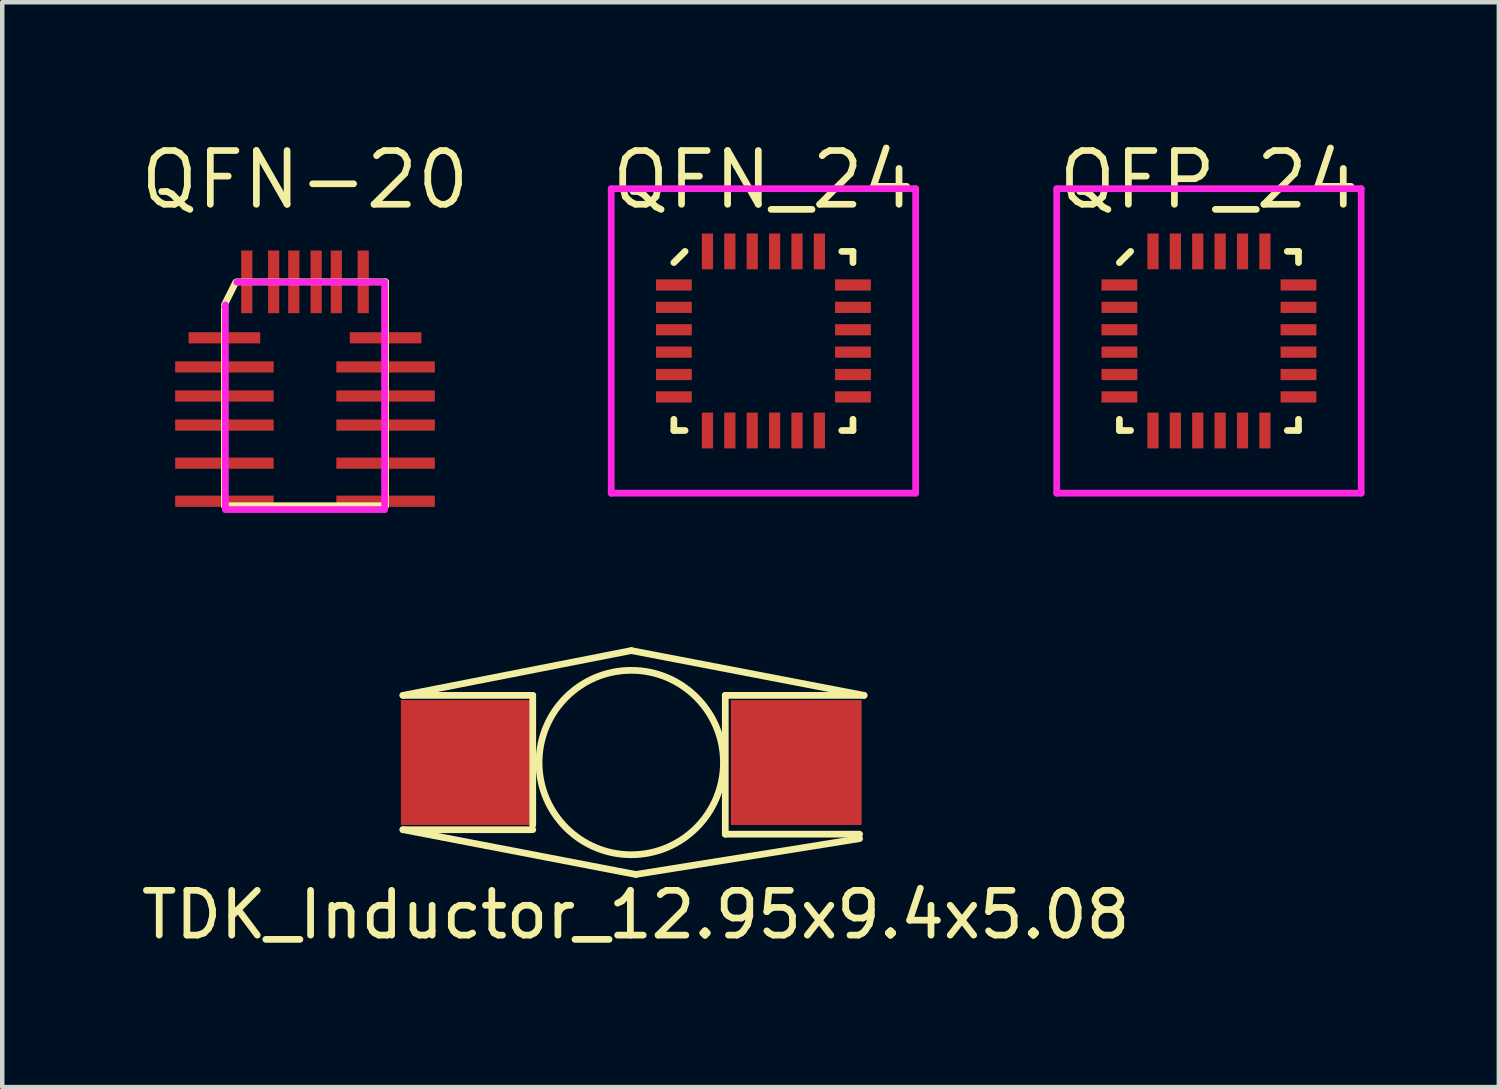
<source format=kicad_pcb>
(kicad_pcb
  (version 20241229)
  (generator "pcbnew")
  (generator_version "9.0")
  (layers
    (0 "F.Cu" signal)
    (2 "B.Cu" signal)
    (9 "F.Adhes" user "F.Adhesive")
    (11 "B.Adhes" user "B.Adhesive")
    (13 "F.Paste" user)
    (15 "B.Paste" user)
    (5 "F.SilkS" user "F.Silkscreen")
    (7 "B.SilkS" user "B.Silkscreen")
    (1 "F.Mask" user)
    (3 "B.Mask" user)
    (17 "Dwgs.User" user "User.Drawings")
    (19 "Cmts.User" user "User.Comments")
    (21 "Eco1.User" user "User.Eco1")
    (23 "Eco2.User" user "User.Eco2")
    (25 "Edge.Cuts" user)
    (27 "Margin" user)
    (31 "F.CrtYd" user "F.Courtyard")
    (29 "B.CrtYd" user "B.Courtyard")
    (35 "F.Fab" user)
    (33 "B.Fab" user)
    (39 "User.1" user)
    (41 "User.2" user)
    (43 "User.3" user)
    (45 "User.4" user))
  (footprint "QFN-20"
    (layer "F.Cu")
    (at 3.762 6.045)
    (property "Reference" "QFN-20" (at 0 -5.08 0) (layer "F.SilkS") (effects (font (size 1.2 1.2) (thickness 0.15))))
    (attr through_hole)
    (fp_line (start -1.8 -2.286) (end -1.546 -2.794) (stroke (width 0.15) (type solid)) (layer "F.SilkS"))
    (fp_line (start -1.8 -2.206) (end -1.8 2.2) (stroke (width 0.15) (type solid)) (layer "F.SilkS"))
    (fp_line (start -1.524 -2.8) (end 1.8 -2.8) (stroke (width 0.15) (type solid)) (layer "F.SilkS"))
    (fp_line (start 1.8 -2.8) (end 1.8 2.2) (stroke (width 0.15) (type solid)) (layer "F.SilkS"))
    (fp_line (start 1.8 2.2) (end -1.8 2.2) (stroke (width 0.15) (type solid)) (layer "F.SilkS"))
    (fp_line (start -1.778 2.286) (end -1.778 -2.286) (stroke (width 0.15) (type solid)) (layer "F.CrtYd"))
    (fp_line (start -1.524 -2.794) (end 1.778 -2.794) (stroke (width 0.15) (type solid)) (layer "F.CrtYd"))
    (fp_line (start 1.778 -2.794) (end 1.778 2.286) (stroke (width 0.15) (type solid)) (layer "F.CrtYd"))
    (fp_line (start 1.778 2.286) (end -1.778 2.286) (stroke (width 0.15) (type solid)) (layer "F.CrtYd"))
    (pad "1" smd rect (at -1.8 -1.55) (size 1.6 0.25) (layers "F.Cu" "F.Mask" "F.Paste"))
    (pad "2" smd rect (at -1.8 -0.9) (size 2.2 0.25) (layers "F.Cu" "F.Mask" "F.Paste"))
    (pad "3" smd rect (at -1.8 -0.25) (size 2.2 0.25) (layers "F.Cu" "F.Mask" "F.Paste"))
    (pad "4" smd rect (at -1.8 0.4) (size 2.2 0.25) (layers "F.Cu" "F.Mask" "F.Paste"))
    (pad "5" smd rect (at -1.8 1.25) (size 2.2 0.25) (layers "F.Cu" "F.Mask" "F.Paste"))
    (pad "6" smd rect (at -1.8 2.1) (size 2.2 0.25) (layers "F.Cu" "F.Mask" "F.Paste"))
    (pad "7" smd rect (at 1.8 2.1) (size 2.2 0.25) (layers "F.Cu" "F.Mask" "F.Paste"))
    (pad "8" smd rect (at 1.8 1.25) (size 2.2 0.25) (layers "F.Cu" "F.Mask" "F.Paste"))
    (pad "9" smd rect (at 1.8 0.4) (size 2.2 0.25) (layers "F.Cu" "F.Mask" "F.Paste"))
    (pad "10" smd rect (at 1.8 -0.25) (size 2.2 0.25) (layers "F.Cu" "F.Mask" "F.Paste"))
    (pad "11" smd rect (at 1.8 -0.9) (size 2.2 0.25) (layers "F.Cu" "F.Mask" "F.Paste"))
    (pad "12" smd rect (at 1.8 -1.55) (size 1.6 0.25) (layers "F.Cu" "F.Mask" "F.Paste"))
    (pad "13" smd rect (at 1.3 -2.8) (size 0.25 1.4) (layers "F.Cu" "F.Mask" "F.Paste"))
    (pad "14" smd rect (at 0.7 -2.8) (size 0.25 1.4) (layers "F.Cu" "F.Mask" "F.Paste"))
    (pad "15" smd rect (at 0.25 -2.8) (size 0.25 1.4) (layers "F.Cu" "F.Mask" "F.Paste"))
    (pad "16" smd rect (at -0.25 -2.8) (size 0.25 1.4) (layers "F.Cu" "F.Mask" "F.Paste"))
    (pad "17" smd rect (at -0.7 -2.8) (size 0.25 1.4) (layers "F.Cu" "F.Mask" "F.Paste"))
    (pad "18" smd rect (at -1.3 -2.8) (size 0.25 1.4) (layers "F.Cu" "F.Mask" "F.Paste")))
  (footprint "TDK_Inductor_12.95x9.4x5.08"
    (layer "F.Cu")
    (at 11.049 13.981)
    (property "Reference" "TDK_Inductor_12.95x9.4x5.08" (at 0.1 3.4 0) (layer "F.SilkS") (effects (font (size 1 1) (thickness 0.15))))
    (attr through_hole)
    (fp_line (start -5.1 -1.5) (end -2.2 -1.5) (stroke (width 0.15) (type solid)) (layer "F.SilkS"))
    (fp_line (start -5.1 1.5) (end 0.1 2.5) (stroke (width 0.15) (type solid)) (layer "F.SilkS"))
    (fp_line (start -2.2 -1.5) (end -2.2 1.4) (stroke (width 0.15) (type solid)) (layer "F.SilkS"))
    (fp_line (start -2.2 1.5) (end -5.1 1.5) (stroke (width 0.15) (type solid)) (layer "F.SilkS"))
    (fp_line (start 0 -2.5) (end -5.1 -1.5) (stroke (width 0.15) (type solid)) (layer "F.SilkS"))
    (fp_line (start 0.1 2.5) (end 5.1 1.7) (stroke (width 0.15) (type solid)) (layer "F.SilkS"))
    (fp_line (start 2.1 -1.5) (end 5.2 -1.5) (stroke (width 0.15) (type solid)) (layer "F.SilkS"))
    (fp_line (start 2.1 1.6) (end 2.1 -1.5) (stroke (width 0.15) (type solid)) (layer "F.SilkS"))
    (fp_line (start 5.1 1.6) (end 2.1 1.6) (stroke (width 0.15) (type solid)) (layer "F.SilkS"))
    (fp_line (start 5.2 -1.5) (end 0 -2.5) (stroke (width 0.15) (type solid)) (layer "F.SilkS"))
    (fp_circle (center 0 0) (end 1.8 1) (stroke (width 0.15) (type solid)) (fill no) (layer "F.SilkS"))
    (pad "1" smd rect (at -3.685 0) (size 2.92 2.79) (layers "F.Cu" "F.Mask" "F.Paste"))
    (pad "2" smd rect (at 3.685 0) (size 2.92 2.79) (layers "F.Cu" "F.Mask" "F.Paste")))
  (footprint "QFN_24"
    (layer "F.Cu")
    (at 14.001 4.565)
    (property "Reference" "QFN_24" (at 0 -3.6 0) (layer "F.SilkS") (effects (font (size 1.2 1.2) (thickness 0.15))))
    (attr through_hole)
    (fp_line (start -2 -1.75) (end -1.75 -2) (stroke (width 0.15) (type solid)) (layer "F.SilkS"))
    (fp_line (start -2 2) (end -2 1.75) (stroke (width 0.15) (type solid)) (layer "F.SilkS"))
    (fp_line (start -1.75 2) (end -2 2) (stroke (width 0.15) (type solid)) (layer "F.SilkS"))
    (fp_line (start 1.75 -2) (end 2 -2) (stroke (width 0.15) (type solid)) (layer "F.SilkS"))
    (fp_line (start 1.75 2) (end 2 2) (stroke (width 0.15) (type solid)) (layer "F.SilkS"))
    (fp_line (start 2 -2) (end 2 -1.75) (stroke (width 0.15) (type solid)) (layer "F.SilkS"))
    (fp_line (start 2 2) (end 2 1.75) (stroke (width 0.15) (type solid)) (layer "F.SilkS"))
    (fp_line (start -3.4 -3.4) (end 3.4 -3.4) (stroke (width 0.15) (type solid)) (layer "F.CrtYd"))
    (fp_line (start -3.4 3.4) (end -3.4 -3.4) (stroke (width 0.15) (type solid)) (layer "F.CrtYd"))
    (fp_line (start 3.4 -3.4) (end 3.4 3.4) (stroke (width 0.15) (type solid)) (layer "F.CrtYd"))
    (fp_line (start 3.4 3.4) (end -3.4 3.4) (stroke (width 0.15) (type solid)) (layer "F.CrtYd"))
    (pad "1" smd rect (at -2 -1.25 90) (size 0.25 0.8) (layers "F.Cu" "F.Mask" "F.Paste"))
    (pad "2" smd rect (at -2 -0.75 90) (size 0.25 0.8) (layers "F.Cu" "F.Mask" "F.Paste"))
    (pad "3" smd rect (at -2 -0.25 90) (size 0.25 0.8) (layers "F.Cu" "F.Mask" "F.Paste"))
    (pad "4" smd rect (at -2 0.25 90) (size 0.25 0.8) (layers "F.Cu" "F.Mask" "F.Paste"))
    (pad "5" smd rect (at -2 0.75 90) (size 0.25 0.8) (layers "F.Cu" "F.Mask" "F.Paste"))
    (pad "6" smd rect (at -2 1.25 90) (size 0.25 0.8) (layers "F.Cu" "F.Mask" "F.Paste"))
    (pad "7" smd rect (at -1.25 2) (size 0.25 0.8) (layers "F.Cu" "F.Mask" "F.Paste"))
    (pad "8" smd rect (at -0.75 2) (size 0.25 0.8) (layers "F.Cu" "F.Mask" "F.Paste"))
    (pad "9" smd rect (at -0.25 2) (size 0.25 0.8) (layers "F.Cu" "F.Mask" "F.Paste"))
    (pad "10" smd rect (at 0.25 2) (size 0.25 0.8) (layers "F.Cu" "F.Mask" "F.Paste"))
    (pad "11" smd rect (at 0.75 2) (size 0.25 0.8) (layers "F.Cu" "F.Mask" "F.Paste"))
    (pad "12" smd rect (at 1.25 2) (size 0.25 0.8) (layers "F.Cu" "F.Mask" "F.Paste"))
    (pad "13" smd rect (at 2 1.25 90) (size 0.25 0.8) (layers "F.Cu" "F.Mask" "F.Paste"))
    (pad "14" smd rect (at 2 0.75 90) (size 0.25 0.8) (layers "F.Cu" "F.Mask" "F.Paste"))
    (pad "15" smd rect (at 2 0.25 90) (size 0.25 0.8) (layers "F.Cu" "F.Mask" "F.Paste"))
    (pad "16" smd rect (at 2 -0.25 90) (size 0.25 0.8) (layers "F.Cu" "F.Mask" "F.Paste"))
    (pad "17" smd rect (at 2 -0.75 90) (size 0.25 0.8) (layers "F.Cu" "F.Mask" "F.Paste"))
    (pad "18" smd rect (at 2 -1.25 90) (size 0.25 0.8) (layers "F.Cu" "F.Mask" "F.Paste"))
    (pad "19" smd rect (at 1.25 -2) (size 0.25 0.8) (layers "F.Cu" "F.Mask" "F.Paste"))
    (pad "20" smd rect (at 0.75 -2) (size 0.25 0.8) (layers "F.Cu" "F.Mask" "F.Paste"))
    (pad "21" smd rect (at 0.25 -2) (size 0.25 0.8) (layers "F.Cu" "F.Mask" "F.Paste"))
    (pad "22" smd rect (at -0.25 -2) (size 0.25 0.8) (layers "F.Cu" "F.Mask" "F.Paste"))
    (pad "23" smd rect (at -0.75 -2) (size 0.25 0.8) (layers "F.Cu" "F.Mask" "F.Paste"))
    (pad "24" smd rect (at -1.25 -2) (size 0.25 0.8) (layers "F.Cu" "F.Mask" "F.Paste")))
  (footprint "QFP_24"
    (layer "F.Cu")
    (at 23.952 4.565)
    (property "Reference" "QFP_24" (at 0 -3.6 0) (layer "F.SilkS") (effects (font (size 1.2 1.2) (thickness 0.15))))
    (attr through_hole)
    (fp_line (start -2 -1.75) (end -1.75 -2) (stroke (width 0.15) (type solid)) (layer "F.SilkS"))
    (fp_line (start -2 2) (end -2 1.75) (stroke (width 0.15) (type solid)) (layer "F.SilkS"))
    (fp_line (start -1.75 2) (end -2 2) (stroke (width 0.15) (type solid)) (layer "F.SilkS"))
    (fp_line (start 1.75 -2) (end 2 -2) (stroke (width 0.15) (type solid)) (layer "F.SilkS"))
    (fp_line (start 1.75 2) (end 2 2) (stroke (width 0.15) (type solid)) (layer "F.SilkS"))
    (fp_line (start 2 -2) (end 2 -1.75) (stroke (width 0.15) (type solid)) (layer "F.SilkS"))
    (fp_line (start 2 2) (end 2 1.75) (stroke (width 0.15) (type solid)) (layer "F.SilkS"))
    (fp_line (start -3.4 -3.4) (end 3.4 -3.4) (stroke (width 0.15) (type solid)) (layer "F.CrtYd"))
    (fp_line (start -3.4 3.4) (end -3.4 -3.4) (stroke (width 0.15) (type solid)) (layer "F.CrtYd"))
    (fp_line (start 3.4 -3.4) (end 3.4 3.4) (stroke (width 0.15) (type solid)) (layer "F.CrtYd"))
    (fp_line (start 3.4 3.4) (end -3.4 3.4) (stroke (width 0.15) (type solid)) (layer "F.CrtYd"))
    (pad "1" smd rect (at -2 -1.25 90) (size 0.25 0.8) (layers "F.Cu" "F.Mask" "F.Paste"))
    (pad "2" smd rect (at -2 -0.75 90) (size 0.25 0.8) (layers "F.Cu" "F.Mask" "F.Paste"))
    (pad "3" smd rect (at -2 -0.25 90) (size 0.25 0.8) (layers "F.Cu" "F.Mask" "F.Paste"))
    (pad "4" smd rect (at -2 0.25 90) (size 0.25 0.8) (layers "F.Cu" "F.Mask" "F.Paste"))
    (pad "5" smd rect (at -2 0.75 90) (size 0.25 0.8) (layers "F.Cu" "F.Mask" "F.Paste"))
    (pad "6" smd rect (at -2 1.25 90) (size 0.25 0.8) (layers "F.Cu" "F.Mask" "F.Paste"))
    (pad "7" smd rect (at -1.25 2) (size 0.25 0.8) (layers "F.Cu" "F.Mask" "F.Paste"))
    (pad "8" smd rect (at -0.75 2) (size 0.25 0.8) (layers "F.Cu" "F.Mask" "F.Paste"))
    (pad "9" smd rect (at -0.25 2) (size 0.25 0.8) (layers "F.Cu" "F.Mask" "F.Paste"))
    (pad "10" smd rect (at 0.25 2) (size 0.25 0.8) (layers "F.Cu" "F.Mask" "F.Paste"))
    (pad "11" smd rect (at 0.75 2) (size 0.25 0.8) (layers "F.Cu" "F.Mask" "F.Paste"))
    (pad "12" smd rect (at 1.25 2) (size 0.25 0.8) (layers "F.Cu" "F.Mask" "F.Paste"))
    (pad "13" smd rect (at 2 1.25 90) (size 0.25 0.8) (layers "F.Cu" "F.Mask" "F.Paste"))
    (pad "14" smd rect (at 2 0.75 90) (size 0.25 0.8) (layers "F.Cu" "F.Mask" "F.Paste"))
    (pad "15" smd rect (at 2 0.25 90) (size 0.25 0.8) (layers "F.Cu" "F.Mask" "F.Paste"))
    (pad "16" smd rect (at 2 -0.25 90) (size 0.25 0.8) (layers "F.Cu" "F.Mask" "F.Paste"))
    (pad "17" smd rect (at 2 -0.75 90) (size 0.25 0.8) (layers "F.Cu" "F.Mask" "F.Paste"))
    (pad "18" smd rect (at 2 -1.25 90) (size 0.25 0.8) (layers "F.Cu" "F.Mask" "F.Paste"))
    (pad "19" smd rect (at 1.25 -2) (size 0.25 0.8) (layers "F.Cu" "F.Mask" "F.Paste"))
    (pad "20" smd rect (at 0.75 -2) (size 0.25 0.8) (layers "F.Cu" "F.Mask" "F.Paste"))
    (pad "21" smd rect (at 0.25 -2) (size 0.25 0.8) (layers "F.Cu" "F.Mask" "F.Paste"))
    (pad "22" smd rect (at -0.25 -2) (size 0.25 0.8) (layers "F.Cu" "F.Mask" "F.Paste"))
    (pad "23" smd rect (at -0.75 -2) (size 0.25 0.8) (layers "F.Cu" "F.Mask" "F.Paste"))
    (pad "24" smd rect (at -1.25 -2) (size 0.25 0.8) (layers "F.Cu" "F.Mask" "F.Paste")))
  (gr_rect
    (start -3 -3)
    (end 30.427 21.23)
    (stroke (width 0.1) (type default))
    (fill no)
    (layer "Edge.Cuts")))
</source>
